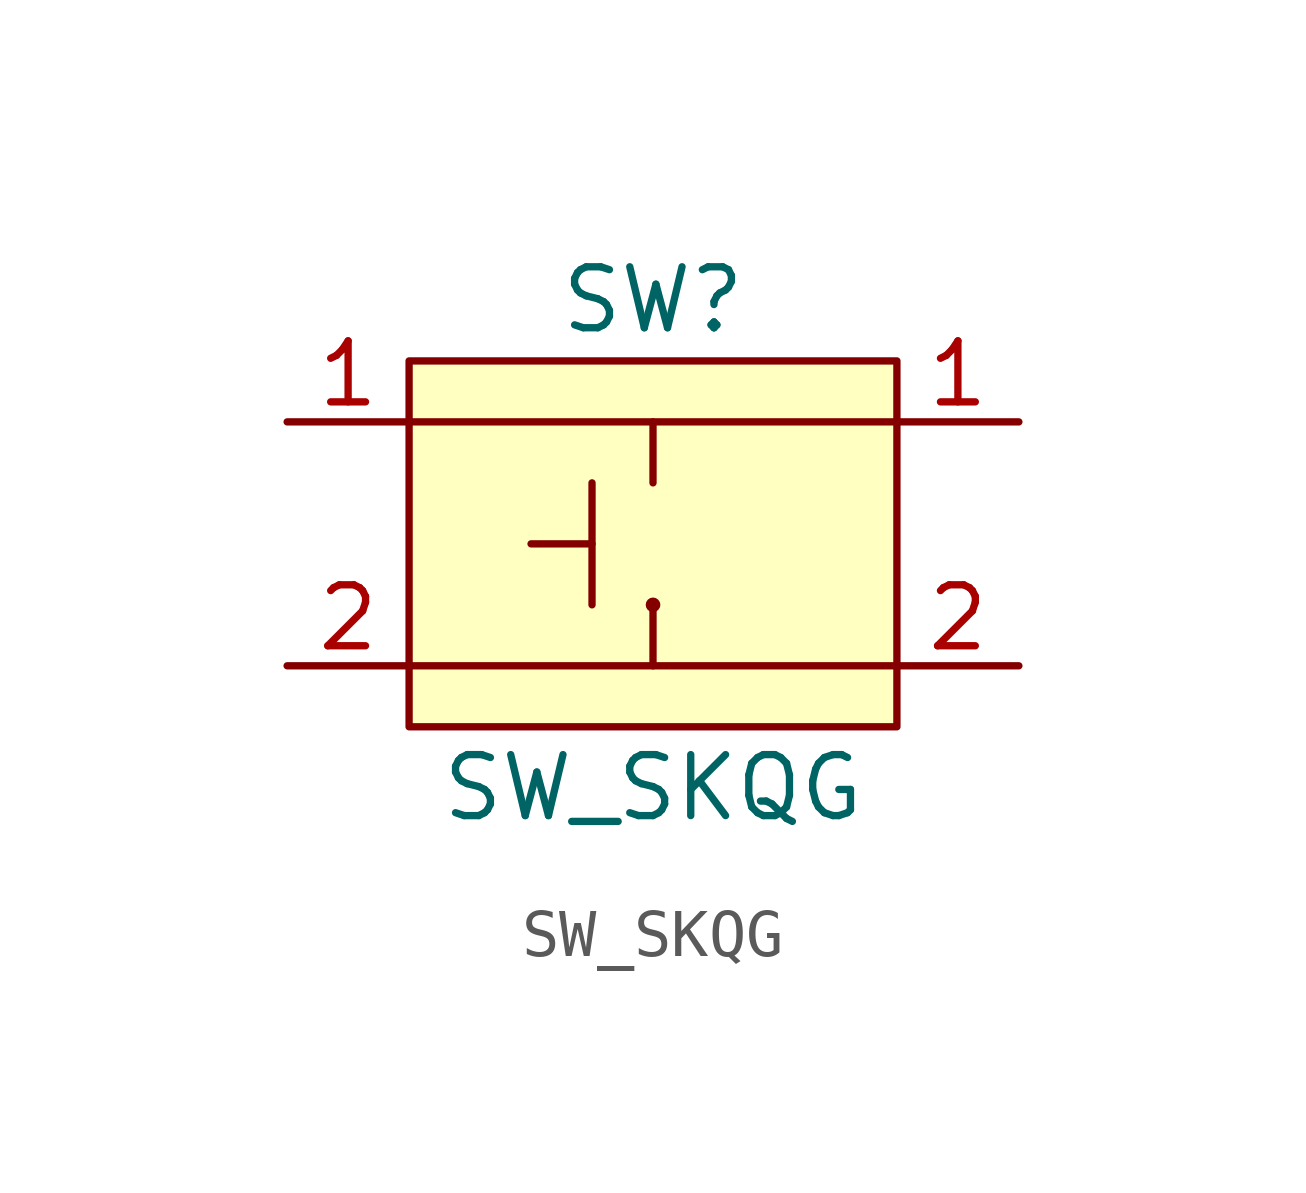
<source format=kicad_sym>
(kicad_symbol_lib
  (version 20211014)
  (generator kicad_symbol_editor)
  (symbol "SW_SKQG"
    (property "Reference" "SW"
      (at 0 5.08 0)
      (effects (font (size 1.27 1.27))))
    (property "Value" "SW_SKQG"
      (at 0 -5.08 0)
      (effects (font (size 1.27 1.27))))
    (symbol "SW_SKQG_0_1"
      (rectangle (start -5.08 3.81) (end 5.08 -3.81) (stroke (width 0) (type default) (color 0 0 0 0)) (fill (type background)))
      (circle (center 0 -1.27) (radius 0.0001) (stroke (width 0) (type default) (color 0 0 0 0)) (fill (type none)))
      (polyline (pts (xy -5.08 -2.54) (xy 5.08 -2.54)) (stroke (width 0) (type default) (color 0 0 0 0)) (fill (type none)))
      (polyline (pts (xy -5.08 2.54) (xy 5.08 2.54)) (stroke (width 0) (type default) (color 0 0 0 0)) (fill (type none)))
      (polyline (pts (xy -1.27 0) (xy -2.54 0)) (stroke (width 0) (type default) (color 0 0 0 0)) (fill (type none)))
      (polyline (pts (xy 0 -2.54) (xy 0 -1.27)) (stroke (width 0) (type default) (color 0 0 0 0)) (fill (type none)))
      (polyline (pts (xy 0 2.54) (xy 0 1.27)) (stroke (width 0) (type default) (color 0 0 0 0)) (fill (type none)))
      (polyline (pts (xy -1.27 1.27) (xy -1.27 -1.27) (xy -1.27 0)) (stroke (width 0) (type default) (color 0 0 0 0)) (fill (type none))))
    (symbol "SW_SKQG_1_1"
      (pin passive line (at -7.62 2.54 0) (length 2.54) (name "" (effects (font (size 1.27 1.27)))) (number "1" (effects (font (size 1.27 1.27)))))
      (pin passive line (at 7.62 2.54 180) (length 2.54) (name "" (effects (font (size 1.27 1.27)))) (number "1" (effects (font (size 1.27 1.27)))))
      (pin passive line (at -7.62 -2.54 0) (length 2.54) (name "" (effects (font (size 1.27 1.27)))) (number "2" (effects (font (size 1.27 1.27)))))
      (pin passive line (at 7.62 -2.54 180) (length 2.54) (name "" (effects (font (size 1.27 1.27)))) (number "2" (effects (font (size 1.27 1.27))))))))
</source>
